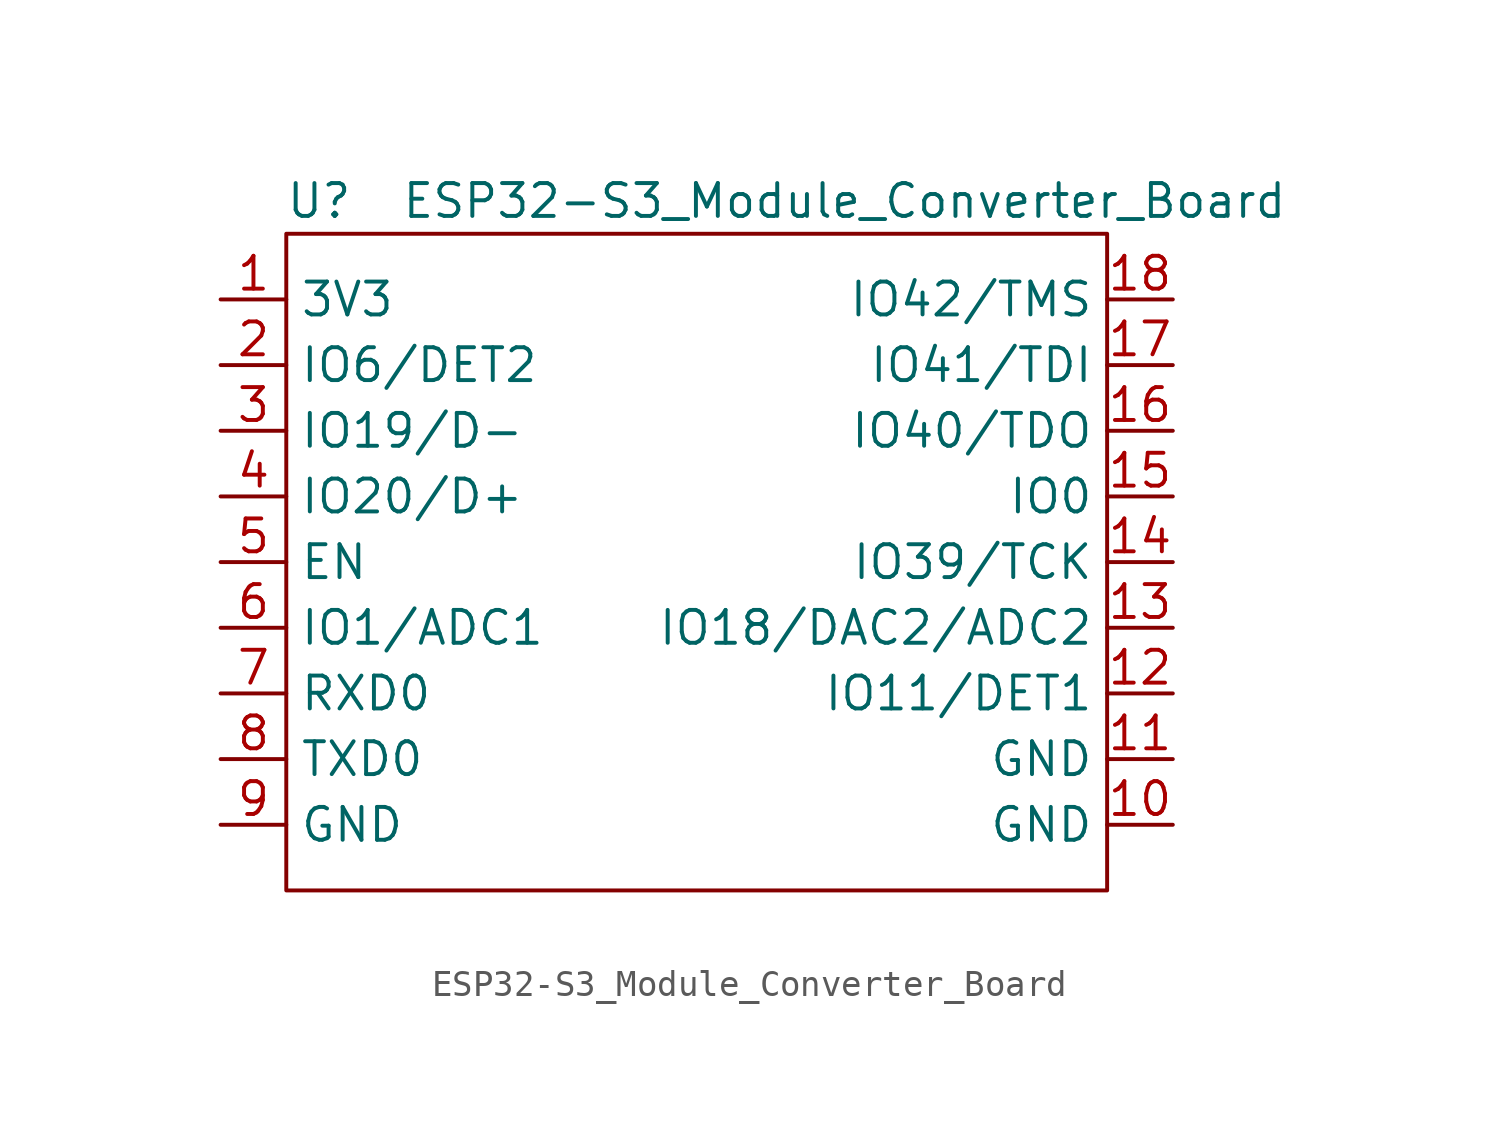
<source format=kicad_sym>
(kicad_symbol_lib
  (version 20211014)
  (generator kicad_symbol_editor)
  (symbol "ESP32-S3_Module_Converter_Board"
    (property "Reference" "U"
      (at 1.27 1.27 0)
      (effects (font (size 1.27 1.27))))
    (property "Value" "ESP32-S3_Module_Converter_Board"
      (at 21.59 1.27 0)
      (effects (font (size 1.27 1.27))))
    (symbol "ESP32-S3_Module_Converter_Board_0_1"
      (rectangle (start 0 0) (end 31.75 -25.4) (stroke (width 0) (type default) (color 0 0 0 0)) (fill (type none))))
    (symbol "ESP32-S3_Module_Converter_Board_1_1"
      (pin power_out line (at -2.54 -2.54 0) (length 2.54) (name "3V3" (effects (font (size 1.27 1.27)))) (number "1" (effects (font (size 1.27 1.27)))))
      (pin power_out line (at 34.29 -22.86 180) (length 2.54) (name "GND" (effects (font (size 1.27 1.27)))) (number "10" (effects (font (size 1.27 1.27)))))
      (pin power_out line (at 34.29 -20.32 180) (length 2.54) (name "GND" (effects (font (size 1.27 1.27)))) (number "11" (effects (font (size 1.27 1.27)))))
      (pin bidirectional line (at 34.29 -17.78 180) (length 2.54) (name "IO11/DET1" (effects (font (size 1.27 1.27)))) (number "12" (effects (font (size 1.27 1.27)))))
      (pin bidirectional line (at 34.29 -15.24 180) (length 2.54) (name "IO18/DAC2/ADC2" (effects (font (size 1.27 1.27)))) (number "13" (effects (font (size 1.27 1.27)))))
      (pin bidirectional line (at 34.29 -12.7 180) (length 2.54) (name "IO39/TCK" (effects (font (size 1.27 1.27)))) (number "14" (effects (font (size 1.27 1.27)))))
      (pin bidirectional line (at 34.29 -10.16 180) (length 2.54) (name "IO0" (effects (font (size 1.27 1.27)))) (number "15" (effects (font (size 1.27 1.27)))))
      (pin bidirectional line (at 34.29 -7.62 180) (length 2.54) (name "IO40/TDO" (effects (font (size 1.27 1.27)))) (number "16" (effects (font (size 1.27 1.27)))))
      (pin bidirectional line (at 34.29 -5.08 180) (length 2.54) (name "IO41/TDI" (effects (font (size 1.27 1.27)))) (number "17" (effects (font (size 1.27 1.27)))))
      (pin bidirectional line (at 34.29 -2.54 180) (length 2.54) (name "IO42/TMS" (effects (font (size 1.27 1.27)))) (number "18" (effects (font (size 1.27 1.27)))))
      (pin bidirectional line (at -2.54 -5.08 0) (length 2.54) (name "IO6/DET2" (effects (font (size 1.27 1.27)))) (number "2" (effects (font (size 1.27 1.27)))))
      (pin bidirectional line (at -2.54 -7.62 0) (length 2.54) (name "IO19/D-" (effects (font (size 1.27 1.27)))) (number "3" (effects (font (size 1.27 1.27)))))
      (pin bidirectional line (at -2.54 -10.16 0) (length 2.54) (name "IO20/D+" (effects (font (size 1.27 1.27)))) (number "4" (effects (font (size 1.27 1.27)))))
      (pin bidirectional line (at -2.54 -12.7 0) (length 2.54) (name "EN" (effects (font (size 1.27 1.27)))) (number "5" (effects (font (size 1.27 1.27)))))
      (pin bidirectional line (at -2.54 -15.24 0) (length 2.54) (name "IO1/ADC1" (effects (font (size 1.27 1.27)))) (number "6" (effects (font (size 1.27 1.27)))))
      (pin input line (at -2.54 -17.78 0) (length 2.54) (name "RXD0" (effects (font (size 1.27 1.27)))) (number "7" (effects (font (size 1.27 1.27)))))
      (pin output line (at -2.54 -20.32 0) (length 2.54) (name "TXD0" (effects (font (size 1.27 1.27)))) (number "8" (effects (font (size 1.27 1.27)))))
      (pin power_out line (at -2.54 -22.86 0) (length 2.54) (name "GND" (effects (font (size 1.27 1.27)))) (number "9" (effects (font (size 1.27 1.27))))))))
</source>
